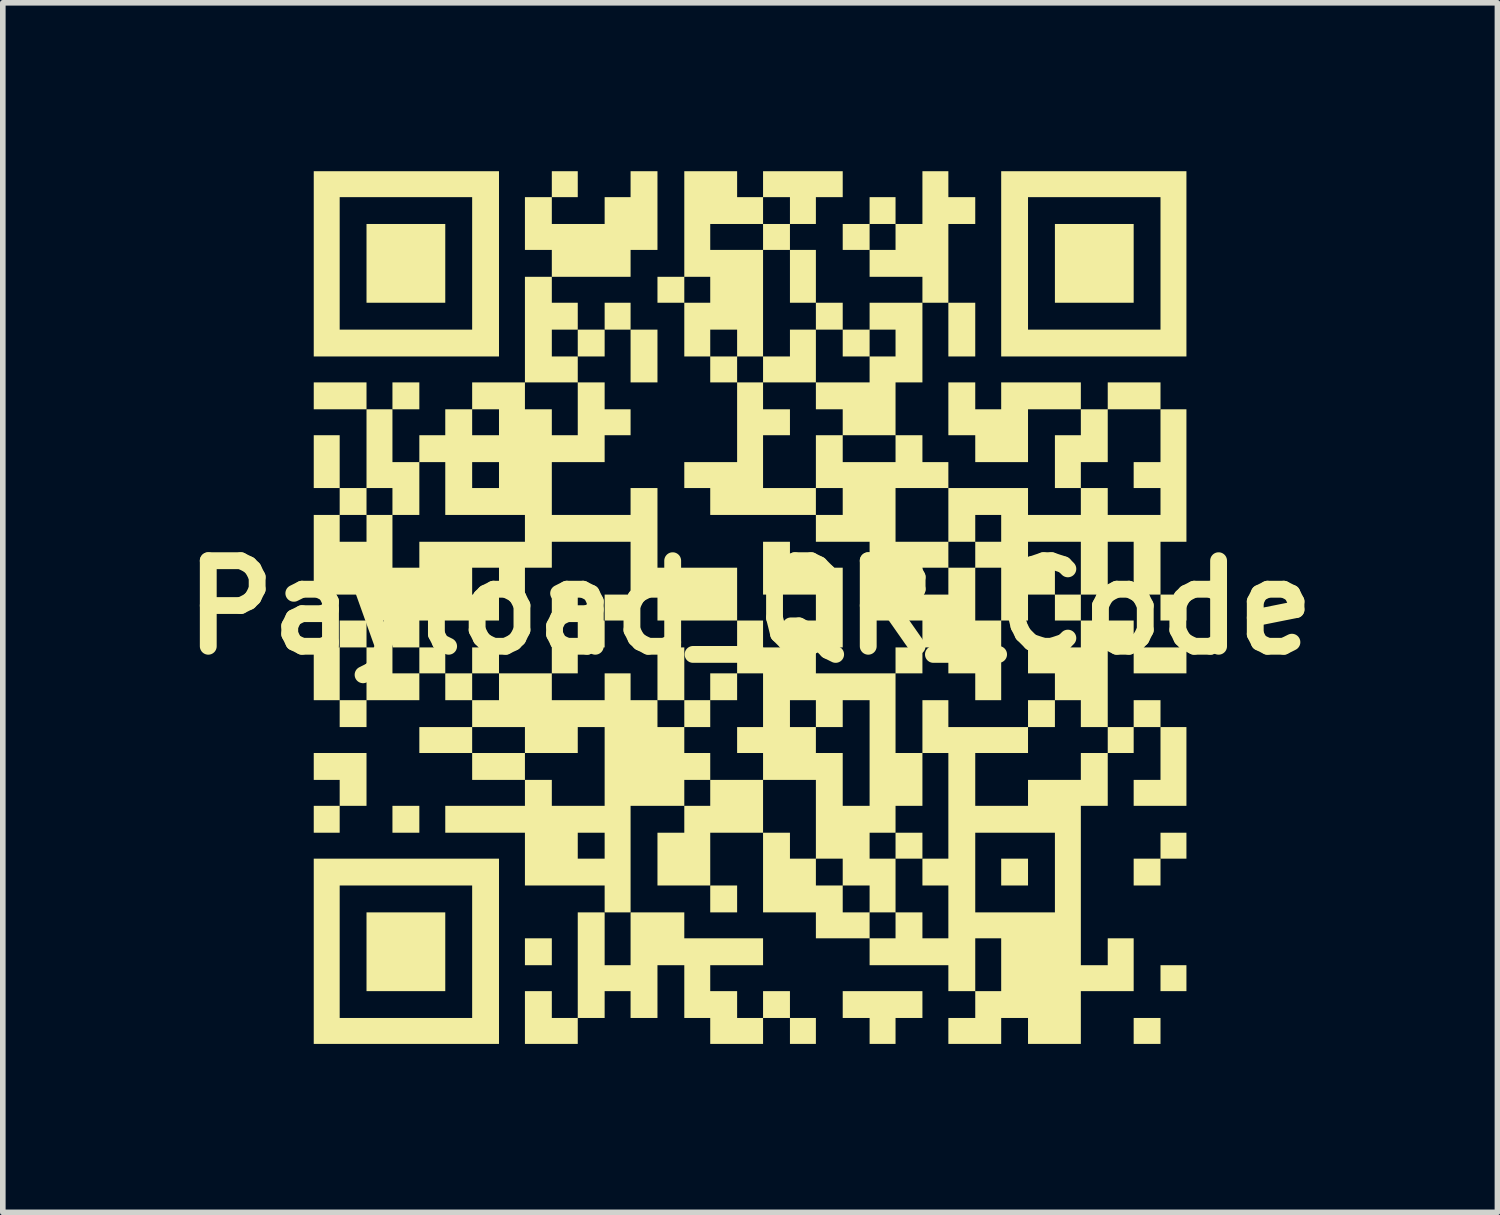
<source format=kicad_pcb>
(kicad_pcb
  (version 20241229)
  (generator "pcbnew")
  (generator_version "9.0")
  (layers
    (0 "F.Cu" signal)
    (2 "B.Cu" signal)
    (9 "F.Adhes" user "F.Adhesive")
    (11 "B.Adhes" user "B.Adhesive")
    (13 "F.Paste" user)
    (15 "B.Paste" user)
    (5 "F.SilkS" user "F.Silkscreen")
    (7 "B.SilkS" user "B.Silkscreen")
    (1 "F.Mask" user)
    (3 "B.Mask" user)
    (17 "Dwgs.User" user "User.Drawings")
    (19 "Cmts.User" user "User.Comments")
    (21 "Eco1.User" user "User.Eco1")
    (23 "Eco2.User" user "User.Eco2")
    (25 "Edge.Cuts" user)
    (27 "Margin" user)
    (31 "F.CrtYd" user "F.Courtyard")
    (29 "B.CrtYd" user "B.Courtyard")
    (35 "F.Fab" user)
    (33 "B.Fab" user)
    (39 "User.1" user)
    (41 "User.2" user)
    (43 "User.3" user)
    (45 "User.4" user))
  (footprint "Payload_QR_Code"
    (layer "F.Cu")
    (at 10.312 7.773)
    (property "Reference" "Payload_QR_Code" (at 0 0 0) (layer "F.SilkS") (effects (font (size 1.524 1.524) (thickness 0.3))))
    (attr board_only exclude_from_pos_files exclude_from_bom)
    (fp_poly (pts (xy -7.311 -2.129) (xy -7.773 -2.129) (xy -7.773 -3.07) (xy -7.311 -3.07)) (stroke (width 0) (type solid)) (fill yes) (layer "F.SilkS"))
    (fp_poly (pts (xy -7.311 4.011) (xy -7.773 4.011) (xy -7.773 3.532) (xy -7.311 3.532)) (stroke (width 0) (type solid)) (fill yes) (layer "F.SilkS"))
    (fp_poly (pts (xy -6.833 -3.532) (xy -7.773 -3.532) (xy -7.773 -4.011) (xy -6.833 -4.011)) (stroke (width 0) (type solid)) (fill yes) (layer "F.SilkS"))
    (fp_poly (pts (xy -5.892 -3.532) (xy -6.371 -3.532) (xy -6.371 -4.011) (xy -5.892 -4.011)) (stroke (width 0) (type solid)) (fill yes) (layer "F.SilkS"))
    (fp_poly (pts (xy -5.892 4.011) (xy -6.371 4.011) (xy -6.371 3.532) (xy -5.892 3.532)) (stroke (width 0) (type solid)) (fill yes) (layer "F.SilkS"))
    (fp_poly (pts (xy -5.43 -5.43) (xy -6.833 -5.43) (xy -6.833 -6.833) (xy -5.43 -6.833)) (stroke (width 0) (type solid)) (fill yes) (layer "F.SilkS"))
    (fp_poly (pts (xy -5.43 1.172) (xy -5.892 1.172) (xy -5.892 0.71) (xy -5.43 0.71)) (stroke (width 0) (type solid)) (fill yes) (layer "F.SilkS"))
    (fp_poly (pts (xy -5.43 6.833) (xy -6.833 6.833) (xy -6.833 5.43) (xy -5.43 5.43)) (stroke (width 0) (type solid)) (fill yes) (layer "F.SilkS"))
    (fp_poly (pts (xy -4.951 1.65) (xy -5.43 1.65) (xy -5.43 1.172) (xy -4.951 1.172)) (stroke (width 0) (type solid)) (fill yes) (layer "F.SilkS"))
    (fp_poly (pts (xy -4.473 1.172) (xy -4.951 1.172) (xy -4.951 0.71) (xy -4.473 0.71)) (stroke (width 0) (type solid)) (fill yes) (layer "F.SilkS"))
    (fp_poly (pts (xy -3.532 6.371) (xy -4.011 6.371) (xy -4.011 5.892) (xy -3.532 5.892)) (stroke (width 0) (type solid)) (fill yes) (layer "F.SilkS"))
    (fp_poly (pts (xy -3.07 -7.311) (xy -3.532 -7.311) (xy -3.532 -7.773) (xy -3.07 -7.773)) (stroke (width 0) (type solid)) (fill yes) (layer "F.SilkS"))
    (fp_poly (pts (xy -3.07 0.231) (xy -3.532 0.231) (xy -3.532 -0.231) (xy -3.07 -0.231)) (stroke (width 0) (type solid)) (fill yes) (layer "F.SilkS"))
    (fp_poly (pts (xy -3.07 1.172) (xy -3.532 1.172) (xy -3.532 0.71) (xy -3.07 0.71)) (stroke (width 0) (type solid)) (fill yes) (layer "F.SilkS"))
    (fp_poly (pts (xy -2.591 -4.473) (xy -3.07 -4.473) (xy -3.07 -4.951) (xy -2.591 -4.951)) (stroke (width 0) (type solid)) (fill yes) (layer "F.SilkS"))
    (fp_poly (pts (xy -2.591 0.71) (xy -3.07 0.71) (xy -3.07 0.231) (xy -2.591 0.231)) (stroke (width 0) (type solid)) (fill yes) (layer "F.SilkS"))
    (fp_poly (pts (xy -2.129 -4.951) (xy -2.591 -4.951) (xy -2.591 -5.43) (xy -2.129 -5.43)) (stroke (width 0) (type solid)) (fill yes) (layer "F.SilkS"))
    (fp_poly (pts (xy -2.129 0.231) (xy -2.591 0.231) (xy -2.591 -0.231) (xy -2.129 -0.231)) (stroke (width 0) (type solid)) (fill yes) (layer "F.SilkS"))
    (fp_poly (pts (xy -1.65 -4.011) (xy -2.129 -4.011) (xy -2.129 -4.951) (xy -1.65 -4.951)) (stroke (width 0) (type solid)) (fill yes) (layer "F.SilkS"))
    (fp_poly (pts (xy -1.172 1.65) (xy -1.65 1.65) (xy -1.65 0.71) (xy -1.172 0.71)) (stroke (width 0) (type solid)) (fill yes) (layer "F.SilkS"))
    (fp_poly (pts (xy -0.71 2.129) (xy -1.172 2.129) (xy -1.172 1.65) (xy -0.71 1.65)) (stroke (width 0) (type solid)) (fill yes) (layer "F.SilkS"))
    (fp_poly (pts (xy -0.231 1.65) (xy -0.71 1.65) (xy -0.71 1.172) (xy -0.231 1.172)) (stroke (width 0) (type solid)) (fill yes) (layer "F.SilkS"))
    (fp_poly (pts (xy -0.231 5.43) (xy -0.71 5.43) (xy -0.71 4.951) (xy -0.231 4.951)) (stroke (width 0) (type solid)) (fill yes) (layer "F.SilkS"))
    (fp_poly (pts (xy 0.71 7.311) (xy 0.231 7.311) (xy 0.231 6.833) (xy 0.71 6.833)) (stroke (width 0) (type solid)) (fill yes) (layer "F.SilkS"))
    (fp_poly (pts (xy 1.172 7.773) (xy 0.71 7.773) (xy 0.71 7.311) (xy 1.172 7.311)) (stroke (width 0) (type solid)) (fill yes) (layer "F.SilkS"))
    (fp_poly (pts (xy 3.07 4.473) (xy 2.591 4.473) (xy 2.591 4.011) (xy 3.07 4.011)) (stroke (width 0) (type solid)) (fill yes) (layer "F.SilkS"))
    (fp_poly (pts (xy 4.011 -4.473) (xy 3.532 -4.473) (xy 3.532 -5.43) (xy 4.011 -5.43)) (stroke (width 0) (type solid)) (fill yes) (layer "F.SilkS"))
    (fp_poly (pts (xy 4.951 4.951) (xy 4.473 4.951) (xy 4.473 4.473) (xy 4.951 4.473)) (stroke (width 0) (type solid)) (fill yes) (layer "F.SilkS"))
    (fp_poly (pts (xy 5.43 2.129) (xy 4.951 2.129) (xy 4.951 1.65) (xy 5.43 1.65)) (stroke (width 0) (type solid)) (fill yes) (layer "F.SilkS"))
    (fp_poly (pts (xy 6.833 -5.43) (xy 5.43 -5.43) (xy 5.43 -6.833) (xy 6.833 -6.833)) (stroke (width 0) (type solid)) (fill yes) (layer "F.SilkS"))
    (fp_poly (pts (xy 7.311 2.129) (xy 6.833 2.129) (xy 6.833 1.65) (xy 7.311 1.65)) (stroke (width 0) (type solid)) (fill yes) (layer "F.SilkS"))
    (fp_poly (pts (xy 7.311 4.951) (xy 6.833 4.951) (xy 6.833 4.473) (xy 7.311 4.473)) (stroke (width 0) (type solid)) (fill yes) (layer "F.SilkS"))
    (fp_poly (pts (xy 7.311 7.773) (xy 6.833 7.773) (xy 6.833 7.311) (xy 7.311 7.311)) (stroke (width 0) (type solid)) (fill yes) (layer "F.SilkS"))
    (fp_poly (pts (xy 7.773 0.231) (xy 7.311 0.231) (xy 7.311 -0.231) (xy 7.773 -0.231)) (stroke (width 0) (type solid)) (fill yes) (layer "F.SilkS"))
    (fp_poly (pts (xy 7.773 1.172) (xy 6.833 1.172) (xy 6.833 0.71) (xy 7.773 0.71)) (stroke (width 0) (type solid)) (fill yes) (layer "F.SilkS"))
    (fp_poly (pts (xy 7.773 4.473) (xy 7.311 4.473) (xy 7.311 4.011) (xy 7.773 4.011)) (stroke (width 0) (type solid)) (fill yes) (layer "F.SilkS"))
    (fp_poly (pts (xy 7.773 6.833) (xy 7.311 6.833) (xy 7.311 6.371) (xy 7.773 6.371)) (stroke (width 0) (type solid)) (fill yes) (layer "F.SilkS"))
    (fp_poly (pts (xy -6.833 3.532) (xy -7.311 3.532) (xy -7.311 3.07) (xy -7.773 3.07) (xy -7.773 2.591) (xy -6.833 2.591)) (stroke (width 0) (type solid)) (fill yes) (layer "F.SilkS"))
    (fp_poly (pts (xy -3.532 7.311) (xy -3.07 7.311) (xy -3.07 7.773) (xy -4.011 7.773) (xy -4.011 6.833) (xy -3.532 6.833)) (stroke (width 0) (type solid)) (fill yes) (layer "F.SilkS"))
    (fp_poly (pts (xy 1.172 -4.011) (xy 0.231 -4.011) (xy 0.231 -4.473) (xy 0.71 -4.473) (xy 0.71 -4.951) (xy 1.172 -4.951)) (stroke (width 0) (type solid)) (fill yes) (layer "F.SilkS"))
    (fp_poly (pts (xy 7.773 3.532) (xy 6.833 3.532) (xy 6.833 3.07) (xy 7.311 3.07) (xy 7.311 2.129) (xy 7.773 2.129)) (stroke (width 0) (type solid)) (fill yes) (layer "F.SilkS"))
    (fp_poly (pts (xy 3.07 7.311) (xy 2.591 7.311) (xy 2.591 7.773) (xy 2.129 7.773) (xy 2.129 7.311) (xy 1.65 7.311) (xy 1.65 6.833) (xy 3.07 6.833)) (stroke (width 0) (type solid)) (fill yes) (layer "F.SilkS"))
    (fp_poly (pts (xy -4.473 -4.473) (xy -7.773 -4.473) (xy -7.773 -4.951) (xy -7.311 -4.951) (xy -4.951 -4.951) (xy -4.951 -7.311) (xy -7.311 -7.311) (xy -7.311 -4.951) (xy -7.773 -4.951) (xy -7.773 -7.773) (xy -4.473 -7.773)) (stroke (width 0) (type solid)) (fill yes) (layer "F.SilkS"))
    (fp_poly (pts (xy -4.473 7.773) (xy -7.773 7.773) (xy -7.773 7.311) (xy -7.311 7.311) (xy -4.951 7.311) (xy -4.951 4.951) (xy -7.311 4.951) (xy -7.311 7.311) (xy -7.773 7.311) (xy -7.773 4.473) (xy -4.473 4.473)) (stroke (width 0) (type solid)) (fill yes) (layer "F.SilkS"))
    (fp_poly (pts (xy 7.773 -4.473) (xy 4.473 -4.473) (xy 4.473 -4.951) (xy 4.951 -4.951) (xy 7.311 -4.951) (xy 7.311 -7.311) (xy 4.951 -7.311) (xy 4.951 -4.951) (xy 4.473 -4.951) (xy 4.473 -7.773) (xy 7.773 -7.773)) (stroke (width 0) (type solid)) (fill yes) (layer "F.SilkS"))
    (fp_poly (pts (xy 4.011 -3.532) (xy 4.473 -3.532) (xy 4.473 -4.011) (xy 5.892 -4.011) (xy 5.892 -3.532) (xy 4.951 -3.532) (xy 4.951 -2.591) (xy 4.011 -2.591) (xy 4.011 -3.07) (xy 3.532 -3.07) (xy 3.532 -4.011) (xy 4.011 -4.011)) (stroke (width 0) (type solid)) (fill yes) (layer "F.SilkS"))
    (fp_poly (pts (xy -1.65 -6.371) (xy -2.129 -6.371) (xy -2.129 -5.892) (xy -3.532 -5.892) (xy -3.532 -6.371) (xy -4.011 -6.371) (xy -4.011 -7.311) (xy -3.532 -7.311) (xy -3.532 -6.833) (xy -2.591 -6.833) (xy -2.591 -7.311) (xy -2.129 -7.311) (xy -2.129 -7.773) (xy -1.65 -7.773)) (stroke (width 0) (type solid)) (fill yes) (layer "F.SilkS"))
    (fp_poly (pts (xy 3.532 -7.311) (xy 4.011 -7.311) (xy 4.011 -6.833) (xy 3.532 -6.833) (xy 3.532 -5.43) (xy 3.07 -5.43) (xy 3.07 -5.892) (xy 2.129 -5.892) (xy 2.129 -6.371) (xy 2.591 -6.371) (xy 2.591 -6.833) (xy 2.129 -6.833) (xy 2.129 -6.371) (xy 1.65 -6.371) (xy 1.65 -6.833) (xy 2.129 -6.833) (xy 2.129 -7.311) (xy 2.591 -7.311) (xy 2.591 -6.833) (xy 3.07 -6.833) (xy 3.07 -7.773) (xy 3.532 -7.773)) (stroke (width 0) (type solid)) (fill yes) (layer "F.SilkS"))
    (fp_poly (pts (xy -2.591 6.371) (xy -2.129 6.371) (xy -2.129 5.43) (xy -1.172 5.43) (xy -1.172 5.892) (xy 0.231 5.892) (xy 0.231 6.371) (xy -0.71 6.371) (xy -0.71 6.833) (xy -0.231 6.833) (xy -0.231 7.311) (xy 0.231 7.311) (xy 0.231 7.773) (xy -0.71 7.773) (xy -0.71 7.311) (xy -1.172 7.311) (xy -1.172 6.371) (xy -1.65 6.371) (xy -1.65 7.311) (xy -2.129 7.311) (xy -2.129 6.833) (xy -2.591 6.833) (xy -2.591 7.311) (xy -3.07 7.311) (xy -3.07 5.43) (xy -2.591 5.43)) (stroke (width 0) (type solid)) (fill yes) (layer "F.SilkS"))
    (fp_poly (pts (xy 0.231 3.07) (xy 0.231 4.011) (xy -0.71 4.011) (xy -0.71 4.951) (xy -1.65 4.951) (xy -1.65 4.011) (xy -1.172 4.011) (xy -1.172 3.532) (xy -0.71 3.532) (xy -0.71 3.07) (xy -1.172 3.07) (xy -1.172 3.532) (xy -2.129 3.532) (xy -2.129 5.43) (xy -2.591 5.43) (xy -2.591 4.951) (xy -4.011 4.951) (xy -4.011 4.473) (xy -3.07 4.473) (xy -2.591 4.473) (xy -2.591 4.011) (xy -3.07 4.011) (xy -3.07 4.473) (xy -4.011 4.473) (xy -4.011 4.011) (xy -5.43 4.011) (xy -5.43 3.532) (xy -4.011 3.532) (xy -4.011 3.07) (xy -3.532 3.07) (xy -3.532 3.532) (xy -2.591 3.532) (xy -2.591 2.129) (xy -3.07 2.129) (xy -3.07 2.591) (xy -4.011 2.591) (xy -4.011 3.07) (xy -4.951 3.07) (xy -4.951 2.591) (xy -4.011 2.591) (xy -4.011 2.129) (xy -4.951 2.129) (xy -4.951 2.591) (xy -5.892 2.591) (xy -5.892 2.129) (xy -4.951 2.129) (xy -4.951 1.65) (xy -4.473 1.65) (xy -4.473 1.172) (xy -3.532 1.172) (xy -3.532 1.65) (xy -2.591 1.65) (xy -2.591 1.172) (xy -2.129 1.172) (xy -2.129 1.65) (xy -1.65 1.65) (xy -1.65 2.129) (xy -1.172 2.129) (xy -1.172 2.591) (xy -0.71 2.591) (xy -0.71 3.07)) (stroke (width 0) (type solid)) (fill yes) (layer "F.SilkS"))
    (fp_poly (pts (xy -2.591 -4.011) (xy -2.591 -3.532) (xy -2.129 -3.532) (xy -2.129 -3.07) (xy -2.591 -3.07) (xy -2.591 -2.591) (xy -3.532 -2.591) (xy -3.532 -1.65) (xy -2.129 -1.65) (xy -2.129 -2.129) (xy -1.65 -2.129) (xy -1.65 -0.71) (xy -0.231 -0.71) (xy -0.231 0.231) (xy -1.65 0.231) (xy -1.65 -0.231) (xy -2.129 -0.231) (xy -2.129 -1.172) (xy -3.532 -1.172) (xy -3.532 -0.71) (xy -4.011 -0.71) (xy -4.011 -0.231) (xy -4.473 -0.231) (xy -4.473 0.231) (xy -5.892 0.231) (xy -5.892 0.71) (xy -6.371 0.71) (xy -6.371 1.172) (xy -5.892 1.172) (xy -5.892 1.65) (xy -6.833 1.65) (xy -6.833 2.129) (xy -7.311 2.129) (xy -7.311 1.65) (xy -6.833 1.65) (xy -6.833 0.71) (xy -6.371 0.71) (xy -6.371 0.231) (xy -6.833 0.231) (xy -6.833 0.71) (xy -7.311 0.71) (xy -7.311 1.65) (xy -7.773 1.65) (xy -7.773 0.71) (xy -7.311 0.71) (xy -7.311 0.231) (xy -6.833 0.231) (xy -6.833 -0.231) (xy -4.951 -0.231) (xy -4.473 -0.231) (xy -4.473 -0.71) (xy -4.951 -0.71) (xy -4.951 -0.231) (xy -6.833 -0.231) (xy -7.773 -0.231) (xy -7.773 -0.71) (xy -6.371 -0.71) (xy -5.892 -0.71) (xy -5.892 -1.172) (xy -4.011 -1.172) (xy -4.011 -1.65) (xy -5.43 -1.65) (xy -5.43 -2.129) (xy -4.951 -2.129) (xy -4.473 -2.129) (xy -4.473 -2.591) (xy -4.951 -2.591) (xy -4.951 -2.129) (xy -5.43 -2.129) (xy -5.43 -2.591) (xy -5.892 -2.591) (xy -5.892 -1.65) (xy -6.371 -1.65) (xy -6.371 -0.71) (xy -7.773 -0.71) (xy -7.773 -1.172) (xy -7.311 -1.172) (xy -6.833 -1.172) (xy -6.833 -1.65) (xy -6.371 -1.65) (xy -6.371 -2.129) (xy -6.833 -2.129) (xy -6.833 -1.65) (xy -7.311 -1.65) (xy -7.311 -1.172) (xy -7.773 -1.172) (xy -7.773 -1.65) (xy -7.311 -1.65) (xy -7.311 -2.129) (xy -6.833 -2.129) (xy -6.833 -3.532) (xy -6.371 -3.532) (xy -6.371 -2.591) (xy -5.892 -2.591) (xy -5.892 -3.07) (xy -5.43 -3.07) (xy -4.951 -3.07) (xy -4.473 -3.07) (xy -4.473 -3.532) (xy -4.011 -3.532) (xy -3.532 -3.532) (xy -3.532 -3.07) (xy -3.07 -3.07) (xy -3.07 -4.011) (xy -4.011 -4.011) (xy -4.011 -3.532) (xy -4.473 -3.532) (xy -4.951 -3.532) (xy -4.951 -3.07) (xy -5.43 -3.07) (xy -5.43 -3.532) (xy -4.951 -3.532) (xy -4.951 -4.011) (xy -4.011 -4.011) (xy -4.011 -5.892) (xy -3.532 -5.892) (xy -3.532 -5.43) (xy -3.07 -5.43) (xy -3.07 -4.951) (xy -3.532 -4.951) (xy -3.532 -4.473) (xy -3.07 -4.473) (xy -3.07 -4.011)) (stroke (width 0) (type solid)) (fill yes) (layer "F.SilkS"))
    (fp_poly (pts (xy 3.07 -3.07) (xy 3.07 -2.591) (xy 3.532 -2.591) (xy 3.532 -2.129) (xy 4.951 -2.129) (xy 4.951 -1.65) (xy 5.892 -1.65) (xy 5.892 -2.129) (xy 6.371 -2.129) (xy 6.371 -1.65) (xy 7.311 -1.65) (xy 7.311 -2.129) (xy 6.833 -2.129) (xy 6.833 -2.591) (xy 7.311 -2.591) (xy 7.311 -3.532) (xy 6.371 -3.532) (xy 6.371 -2.591) (xy 5.892 -2.591) (xy 5.892 -2.129) (xy 5.43 -2.129) (xy 5.43 -3.07) (xy 5.892 -3.07) (xy 5.892 -3.532) (xy 6.371 -3.532) (xy 6.371 -4.011) (xy 7.311 -4.011) (xy 7.311 -3.532) (xy 7.773 -3.532) (xy 7.773 -1.172) (xy 7.311 -1.172) (xy 7.311 -0.231) (xy 6.833 -0.231) (xy 6.833 -1.172) (xy 6.371 -1.172) (xy 6.371 -0.231) (xy 5.892 -0.231) (xy 5.892 0.231) (xy 6.833 0.231) (xy 6.833 0.71) (xy 6.371 0.71) (xy 6.371 2.129) (xy 6.833 2.129) (xy 6.833 2.591) (xy 6.371 2.591) (xy 6.371 3.532) (xy 5.892 3.532) (xy 5.892 6.371) (xy 6.371 6.371) (xy 6.371 5.892) (xy 6.833 5.892) (xy 6.833 6.833) (xy 5.892 6.833) (xy 5.892 7.773) (xy 4.951 7.773) (xy 4.951 7.311) (xy 4.473 7.311) (xy 4.473 7.773) (xy 3.532 7.773) (xy 3.532 7.311) (xy 4.011 7.311) (xy 4.011 6.833) (xy 4.473 6.833) (xy 4.473 5.892) (xy 4.011 5.892) (xy 4.011 6.833) (xy 3.532 6.833) (xy 3.532 6.371) (xy 2.129 6.371) (xy 2.129 5.892) (xy 2.591 5.892) (xy 2.591 5.43) (xy 2.129 5.43) (xy 2.129 5.892) (xy 1.172 5.892) (xy 1.172 5.43) (xy 1.65 5.43) (xy 2.129 5.43) (xy 2.129 4.951) (xy 1.65 4.951) (xy 1.65 5.43) (xy 1.172 5.43) (xy 0.231 5.43) (xy 0.231 4.951) (xy 1.172 4.951) (xy 1.65 4.951) (xy 1.65 4.473) (xy 2.129 4.473) (xy 2.591 4.473) (xy 2.591 5.43) (xy 3.07 5.43) (xy 3.07 5.892) (xy 3.532 5.892) (xy 3.532 5.43) (xy 4.011 5.43) (xy 5.43 5.43) (xy 5.43 4.011) (xy 4.011 4.011) (xy 4.011 5.43) (xy 3.532 5.43) (xy 3.532 4.951) (xy 3.07 4.951) (xy 3.07 4.473) (xy 3.532 4.473) (xy 3.532 2.591) (xy 3.07 2.591) (xy 3.07 3.532) (xy 2.591 3.532) (xy 2.591 4.011) (xy 2.129 4.011) (xy 2.129 4.473) (xy 1.65 4.473) (xy 1.172 4.473) (xy 1.172 4.951) (xy 0.231 4.951) (xy 0.231 4.011) (xy 0.71 4.011) (xy 0.71 4.473) (xy 1.172 4.473) (xy 1.172 3.07) (xy 0.231 3.07) (xy 0.231 2.591) (xy 1.172 2.591) (xy 1.65 2.591) (xy 1.65 3.532) (xy 2.129 3.532) (xy 2.129 2.591) (xy 2.591 2.591) (xy 3.07 2.591) (xy 3.07 1.65) (xy 3.532 1.65) (xy 3.532 2.129) (xy 4.951 2.129) (xy 4.951 2.591) (xy 4.011 2.591) (xy 4.011 3.532) (xy 4.951 3.532) (xy 4.951 3.07) (xy 5.892 3.07) (xy 5.892 2.591) (xy 6.371 2.591) (xy 6.371 2.129) (xy 5.892 2.129) (xy 5.892 1.65) (xy 5.43 1.65) (xy 5.43 1.172) (xy 4.951 1.172) (xy 4.951 0.71) (xy 5.892 0.71) (xy 5.892 0.231) (xy 5.43 0.231) (xy 5.43 -0.231) (xy 4.951 -0.231) (xy 4.951 0.231) (xy 4.473 0.231) (xy 4.473 1.65) (xy 4.011 1.65) (xy 4.011 1.172) (xy 3.532 1.172) (xy 3.532 0.71) (xy 3.07 0.71) (xy 3.07 1.172) (xy 2.591 1.172) (xy 2.591 2.591) (xy 2.129 2.591) (xy 2.129 1.65) (xy 1.65 1.65) (xy 1.65 2.129) (xy 1.172 2.129) (xy 1.172 2.591) (xy 0.231 2.591) (xy -0.231 2.591) (xy -0.231 2.129) (xy 0.231 2.129) (xy 0.71 2.129) (xy 1.172 2.129) (xy 1.172 1.65) (xy 0.71 1.65) (xy 0.71 2.129) (xy 0.231 2.129) (xy 0.231 1.172) (xy -0.231 1.172) (xy -0.231 0.231) (xy 0.231 0.231) (xy 0.231 0.71) (xy 0.71 0.71) (xy 0.71 0.231) (xy 1.172 0.231) (xy 1.172 -0.231) (xy 0.231 -0.231) (xy 0.231 -1.172) (xy 0.71 -1.172) (xy 0.71 -0.71) (xy 1.65 -0.71) (xy 1.65 0.71) (xy 1.172 0.71) (xy 1.172 1.172) (xy 2.591 1.172) (xy 2.591 0.71) (xy 3.07 0.71) (xy 3.07 0.231) (xy 4.011 0.231) (xy 4.473 0.231) (xy 4.473 -0.71) (xy 4.951 -0.71) (xy 5.43 -0.71) (xy 5.43 -0.231) (xy 5.892 -0.231) (xy 5.892 -1.172) (xy 4.951 -1.172) (xy 4.951 -0.71) (xy 4.473 -0.71) (xy 4.011 -0.71) (xy 4.011 0.231) (xy 3.07 0.231) (xy 2.129 0.231) (xy 2.129 -0.231) (xy 3.07 -0.231) (xy 3.532 -0.231) (xy 3.532 -0.71) (xy 4.011 -0.71) (xy 4.011 -1.172) (xy 4.473 -1.172) (xy 4.473 -1.65) (xy 4.011 -1.65) (xy 4.011 -1.172) (xy 3.532 -1.172) (xy 3.532 -0.71) (xy 3.07 -0.71) (xy 3.07 -0.231) (xy 2.129 -0.231) (xy 2.129 -1.172) (xy 2.591 -1.172) (xy 3.532 -1.172) (xy 3.532 -2.129) (xy 2.591 -2.129) (xy 2.591 -1.172) (xy 2.129 -1.172) (xy 1.172 -1.172) (xy 1.172 -1.65) (xy 1.65 -1.65) (xy 1.65 -2.129) (xy 1.172 -2.129) (xy 1.172 -1.65) (xy -0.71 -1.65) (xy -0.71 -2.129) (xy -1.172 -2.129) (xy -1.172 -2.591) (xy -0.231 -2.591) (xy -0.231 -4.011) (xy 0.231 -4.011) (xy 0.231 -3.532) (xy 0.71 -3.532) (xy 0.71 -3.07) (xy 0.231 -3.07) (xy 0.231 -2.129) (xy 1.172 -2.129) (xy 1.172 -2.591) (xy 1.65 -2.591) (xy 2.591 -2.591) (xy 2.591 -3.07) (xy 1.65 -3.07) (xy 1.65 -2.591) (xy 1.172 -2.591) (xy 1.172 -3.07) (xy 1.65 -3.07) (xy 1.65 -3.532) (xy 1.172 -3.532) (xy 1.172 -4.011) (xy 2.129 -4.011) (xy 2.129 -4.473) (xy 2.591 -4.473) (xy 2.591 -4.951) (xy 2.129 -4.951) (xy 2.129 -4.473) (xy 1.65 -4.473) (xy 1.65 -4.951) (xy 1.172 -4.951) (xy 1.172 -5.43) (xy 0.71 -5.43) (xy 0.71 -6.371) (xy 0.231 -6.371) (xy 0.231 -4.473) (xy -0.231 -4.473) (xy -0.231 -4.011) (xy -0.71 -4.011) (xy -0.71 -4.473) (xy -0.231 -4.473) (xy -0.231 -4.951) (xy -0.71 -4.951) (xy -0.71 -4.473) (xy -1.172 -4.473) (xy -1.172 -5.43) (xy -0.71 -5.43) (xy -0.71 -5.892) (xy -1.172 -5.892) (xy -1.172 -5.43) (xy -1.65 -5.43) (xy -1.65 -5.892) (xy -1.172 -5.892) (xy -1.172 -6.371) (xy -0.71 -6.371) (xy 0.231 -6.371) (xy 0.231 -6.833) (xy 0.71 -6.833) (xy 0.71 -7.311) (xy 0.231 -7.311) (xy 0.231 -6.833) (xy -0.71 -6.833) (xy -0.71 -6.371) (xy -1.172 -6.371) (xy -1.172 -7.773) (xy -0.231 -7.773) (xy -0.231 -7.311) (xy 0.231 -7.311) (xy 0.231 -7.773) (xy 1.65 -7.773) (xy 1.65 -7.311) (xy 1.172 -7.311) (xy 1.172 -6.833) (xy 0.71 -6.833) (xy 0.71 -6.371) (xy 1.172 -6.371) (xy 1.172 -5.43) (xy 1.65 -5.43) (xy 1.65 -4.951) (xy 2.129 -4.951) (xy 2.129 -5.43) (xy 3.07 -5.43) (xy 3.07 -4.011) (xy 2.591 -4.011) (xy 2.591 -3.07)) (stroke (width 0) (type solid)) (fill yes) (layer "F.SilkS")))
  (gr_rect
    (start -3 -3)
    (end 23.625 18.547)
    (stroke (width 0.1) (type default))
    (fill no)
    (layer "Edge.Cuts")))
</source>
